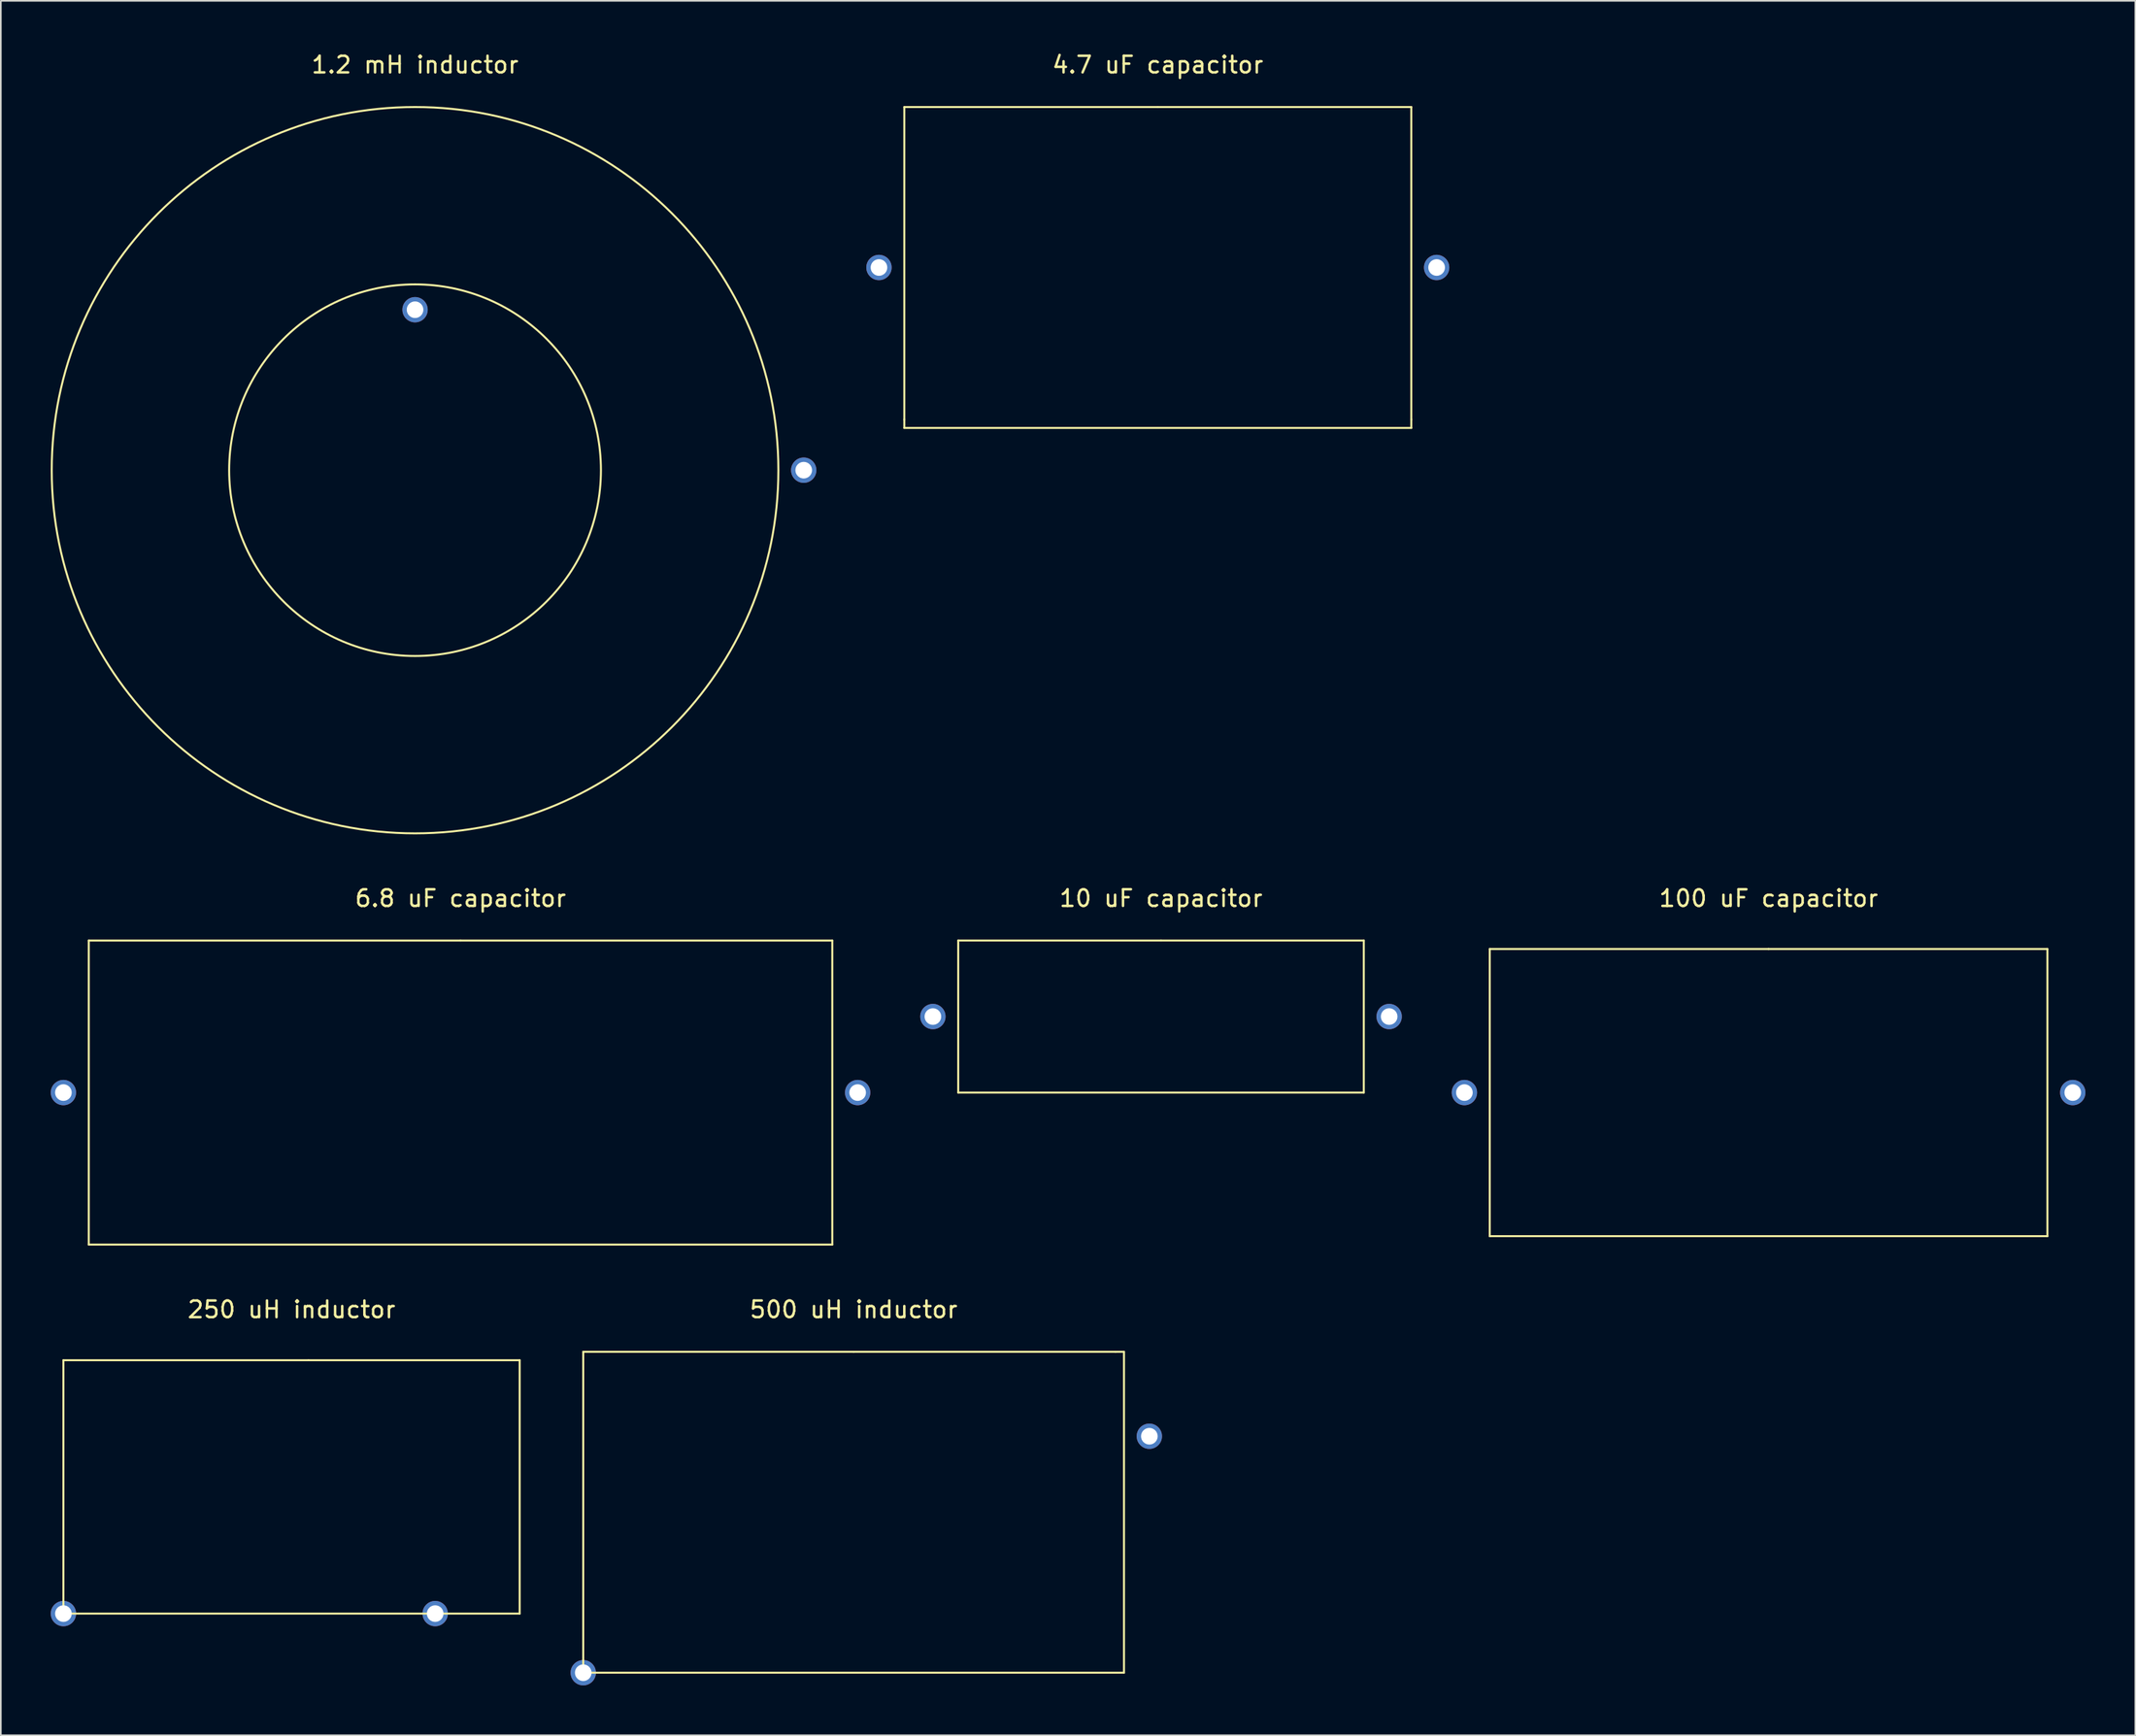
<source format=kicad_pcb>
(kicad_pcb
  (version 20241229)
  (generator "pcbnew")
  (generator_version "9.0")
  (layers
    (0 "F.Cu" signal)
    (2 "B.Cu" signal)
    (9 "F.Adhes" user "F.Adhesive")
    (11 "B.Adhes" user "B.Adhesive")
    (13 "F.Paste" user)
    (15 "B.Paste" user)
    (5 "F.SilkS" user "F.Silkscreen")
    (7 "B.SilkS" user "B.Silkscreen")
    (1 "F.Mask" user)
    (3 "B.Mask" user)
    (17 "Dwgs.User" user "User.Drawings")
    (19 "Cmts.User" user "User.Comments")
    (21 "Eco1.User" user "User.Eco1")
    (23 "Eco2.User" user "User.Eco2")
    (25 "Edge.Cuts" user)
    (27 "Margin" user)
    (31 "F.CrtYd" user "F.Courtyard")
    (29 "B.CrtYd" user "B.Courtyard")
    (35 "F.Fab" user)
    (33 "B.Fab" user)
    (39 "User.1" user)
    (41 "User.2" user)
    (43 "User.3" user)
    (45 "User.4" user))
  (footprint "6.8 uF capacitor"
    (layer "F.Cu")
    (at 24.638 62.669)
    (property "Reference" "6.8 uF capacitor" (at 0 -11.684 0) (layer "F.SilkS") (effects (font (size 1 1) (thickness 0.15))))
    (attr through_hole)
    (fp_line (start -22.352 -9.144) (end 0 -9.144) (stroke (width 0.12) (type solid)) (layer "F.SilkS"))
    (fp_line (start -22.352 9.144) (end -22.352 -9.144) (stroke (width 0.12) (type solid)) (layer "F.SilkS"))
    (fp_line (start 0 -9.144) (end 22.352 -9.144) (stroke (width 0.12) (type solid)) (layer "F.SilkS"))
    (fp_line (start 22.352 -9.144) (end 22.352 9.144) (stroke (width 0.12) (type solid)) (layer "F.SilkS"))
    (fp_line (start 22.352 9.144) (end -22.352 9.144) (stroke (width 0.12) (type solid)) (layer "F.SilkS"))
    (pad "1" thru_hole circle (at -23.876 0) (size 1.524 1.524) (drill 1) (layers "*.Cu" "*.Mask"))
    (pad "2" thru_hole circle (at 23.876 0) (size 1.524 1.524) (drill 1) (layers "*.Cu" "*.Mask")))
  (footprint "1.2 mH inductor"
    (layer "F.Cu")
    (at 21.904 25.232)
    (property "Reference" "1.2 mH inductor" (at 0 -24.384 0) (layer "F.SilkS") (effects (font (size 1 1) (thickness 0.15))))
    (attr through_hole)
    (fp_circle (center 0 0) (end 0 -11.176) (stroke (width 0.12) (type solid)) (fill no) (layer "F.SilkS"))
    (fp_circle (center 0 0) (end 0 21.844) (stroke (width 0.12) (type solid)) (fill no) (layer "F.SilkS"))
    (pad "1" thru_hole circle (at 23.368 0) (size 1.524 1.524) (drill 1) (layers "*.Cu" "*.Mask"))
    (pad "2" thru_hole circle (at 0 -9.652) (size 1.524 1.524) (drill 1) (layers "*.Cu" "*.Mask")))
  (footprint "100 uF capacitor"
    (layer "F.Cu")
    (at 103.282 62.669)
    (property "Reference" "100 uF capacitor" (at 0 -11.684 0) (layer "F.SilkS") (effects (font (size 1 1) (thickness 0.15))))
    (attr through_hole)
    (fp_line (start -16.764 -8.636) (end 0 -8.636) (stroke (width 0.12) (type solid)) (layer "F.SilkS"))
    (fp_line (start -16.764 8.636) (end -16.764 -8.636) (stroke (width 0.12) (type solid)) (layer "F.SilkS"))
    (fp_line (start 0 -8.636) (end 16.764 -8.636) (stroke (width 0.12) (type solid)) (layer "F.SilkS"))
    (fp_line (start 16.764 -8.636) (end 16.764 8.636) (stroke (width 0.12) (type solid)) (layer "F.SilkS"))
    (fp_line (start 16.764 8.636) (end -16.764 8.636) (stroke (width 0.12) (type solid)) (layer "F.SilkS"))
    (pad "1" thru_hole circle (at -18.288 0) (size 1.524 1.524) (drill 1) (layers "*.Cu" "*.Mask"))
    (pad "2" thru_hole circle (at 18.288 0) (size 1.524 1.524) (drill 1) (layers "*.Cu" "*.Mask")))
  (footprint "250 uH inductor"
    (layer "F.Cu")
    (at 14.478 86.389)
    (property "Reference" "250 uH inductor" (at 0 -10.668 0) (layer "F.SilkS") (effects (font (size 1 1) (thickness 0.15))))
    (attr through_hole)
    (fp_line (start -13.716 -7.62) (end 1.016 -7.62) (stroke (width 0.12) (type solid)) (layer "F.SilkS"))
    (fp_line (start -13.716 7.62) (end -13.716 -7.62) (stroke (width 0.12) (type solid)) (layer "F.SilkS"))
    (fp_line (start 1.016 -7.62) (end 13.716 -7.62) (stroke (width 0.12) (type solid)) (layer "F.SilkS"))
    (fp_line (start 13.716 -7.62) (end 13.716 7.62) (stroke (width 0.12) (type solid)) (layer "F.SilkS"))
    (fp_line (start 13.716 7.62) (end -13.716 7.62) (stroke (width 0.12) (type solid)) (layer "F.SilkS"))
    (pad "1" thru_hole circle (at -13.716 7.62) (size 1.524 1.524) (drill 1) (layers "*.Cu" "*.Mask"))
    (pad "2" thru_hole circle (at 8.636 7.62) (size 1.524 1.524) (drill 1) (layers "*.Cu" "*.Mask")))
  (footprint "500 uH inductor"
    (layer "F.Cu")
    (at 48.272 87.913)
    (property "Reference" "500 uH inductor" (at 0 -12.192 0) (layer "F.SilkS") (effects (font (size 1 1) (thickness 0.15))))
    (attr through_hole)
    (fp_line (start -16.256 -9.652) (end 0 -9.652) (stroke (width 0.12) (type solid)) (layer "F.SilkS"))
    (fp_line (start -16.256 9.652) (end -16.256 -9.652) (stroke (width 0.12) (type solid)) (layer "F.SilkS"))
    (fp_line (start 0 -9.652) (end 15.748 -9.652) (stroke (width 0.12) (type solid)) (layer "F.SilkS"))
    (fp_line (start 15.748 -9.652) (end 16.256 -9.652) (stroke (width 0.12) (type solid)) (layer "F.SilkS"))
    (fp_line (start 16.256 -9.652) (end 16.256 9.652) (stroke (width 0.12) (type solid)) (layer "F.SilkS"))
    (fp_line (start 16.256 9.652) (end -16.256 9.652) (stroke (width 0.12) (type solid)) (layer "F.SilkS"))
    (pad "1" thru_hole circle (at -16.256 9.652) (size 1.524 1.524) (drill 1) (layers "*.Cu" "*.Mask"))
    (pad "2" thru_hole circle (at 17.78 -4.572) (size 1.524 1.524) (drill 1) (layers "*.Cu" "*.Mask")))
  (footprint "10 uF capacitor"
    (layer "F.Cu")
    (at 66.754 58.096)
    (property "Reference" "10 uF capacitor" (at 0 -7.112 0) (layer "F.SilkS") (effects (font (size 1 1) (thickness 0.15))))
    (attr through_hole)
    (fp_line (start -12.192 -4.572) (end 0 -4.572) (stroke (width 0.12) (type solid)) (layer "F.SilkS"))
    (fp_line (start -12.192 4.572) (end -12.192 -4.572) (stroke (width 0.12) (type solid)) (layer "F.SilkS"))
    (fp_line (start 0 -4.572) (end 12.192 -4.572) (stroke (width 0.12) (type solid)) (layer "F.SilkS"))
    (fp_line (start 12.192 -4.572) (end 12.192 4.572) (stroke (width 0.12) (type solid)) (layer "F.SilkS"))
    (fp_line (start 12.192 4.572) (end -12.192 4.572) (stroke (width 0.12) (type solid)) (layer "F.SilkS"))
    (pad "1" thru_hole circle (at -13.716 0) (size 1.524 1.524) (drill 1) (layers "*.Cu" "*.Mask"))
    (pad "2" thru_hole circle (at 13.716 0) (size 1.524 1.524) (drill 1) (layers "*.Cu" "*.Mask")))
  (footprint "4.7 uF capacitor"
    (layer "F.Cu")
    (at 66.56 13.04)
    (property "Reference" "4.7 uF capacitor" (at 0 -12.192 0) (layer "F.SilkS") (effects (font (size 1 1) (thickness 0.15))))
    (attr through_hole)
    (fp_line (start -15.24 -9.652) (end 0 -9.652) (stroke (width 0.12) (type solid)) (layer "F.SilkS"))
    (fp_line (start -15.24 9.144) (end -15.24 -9.652) (stroke (width 0.12) (type solid)) (layer "F.SilkS"))
    (fp_line (start -15.24 9.652) (end -15.24 9.144) (stroke (width 0.12) (type solid)) (layer "F.SilkS"))
    (fp_line (start 0 -9.652) (end 15.24 -9.652) (stroke (width 0.12) (type solid)) (layer "F.SilkS"))
    (fp_line (start 15.24 -9.652) (end 15.24 9.144) (stroke (width 0.12) (type solid)) (layer "F.SilkS"))
    (fp_line (start 15.24 9.652) (end -15.24 9.652) (stroke (width 0.12) (type solid)) (layer "F.SilkS"))
    (fp_line (start 15.24 9.652) (end 15.24 9.144) (stroke (width 0.12) (type solid)) (layer "F.SilkS"))
    (pad "1" thru_hole circle (at -16.764 0) (size 1.524 1.524) (drill 1) (layers "*.Cu" "*.Mask"))
    (pad "2" thru_hole circle (at 16.764 0) (size 1.524 1.524) (drill 1) (layers "*.Cu" "*.Mask")))
  (gr_rect
    (start -3 -3)
    (end 125.332 101.327)
    (stroke (width 0.1) (type default))
    (fill no)
    (layer "Edge.Cuts")))
</source>
